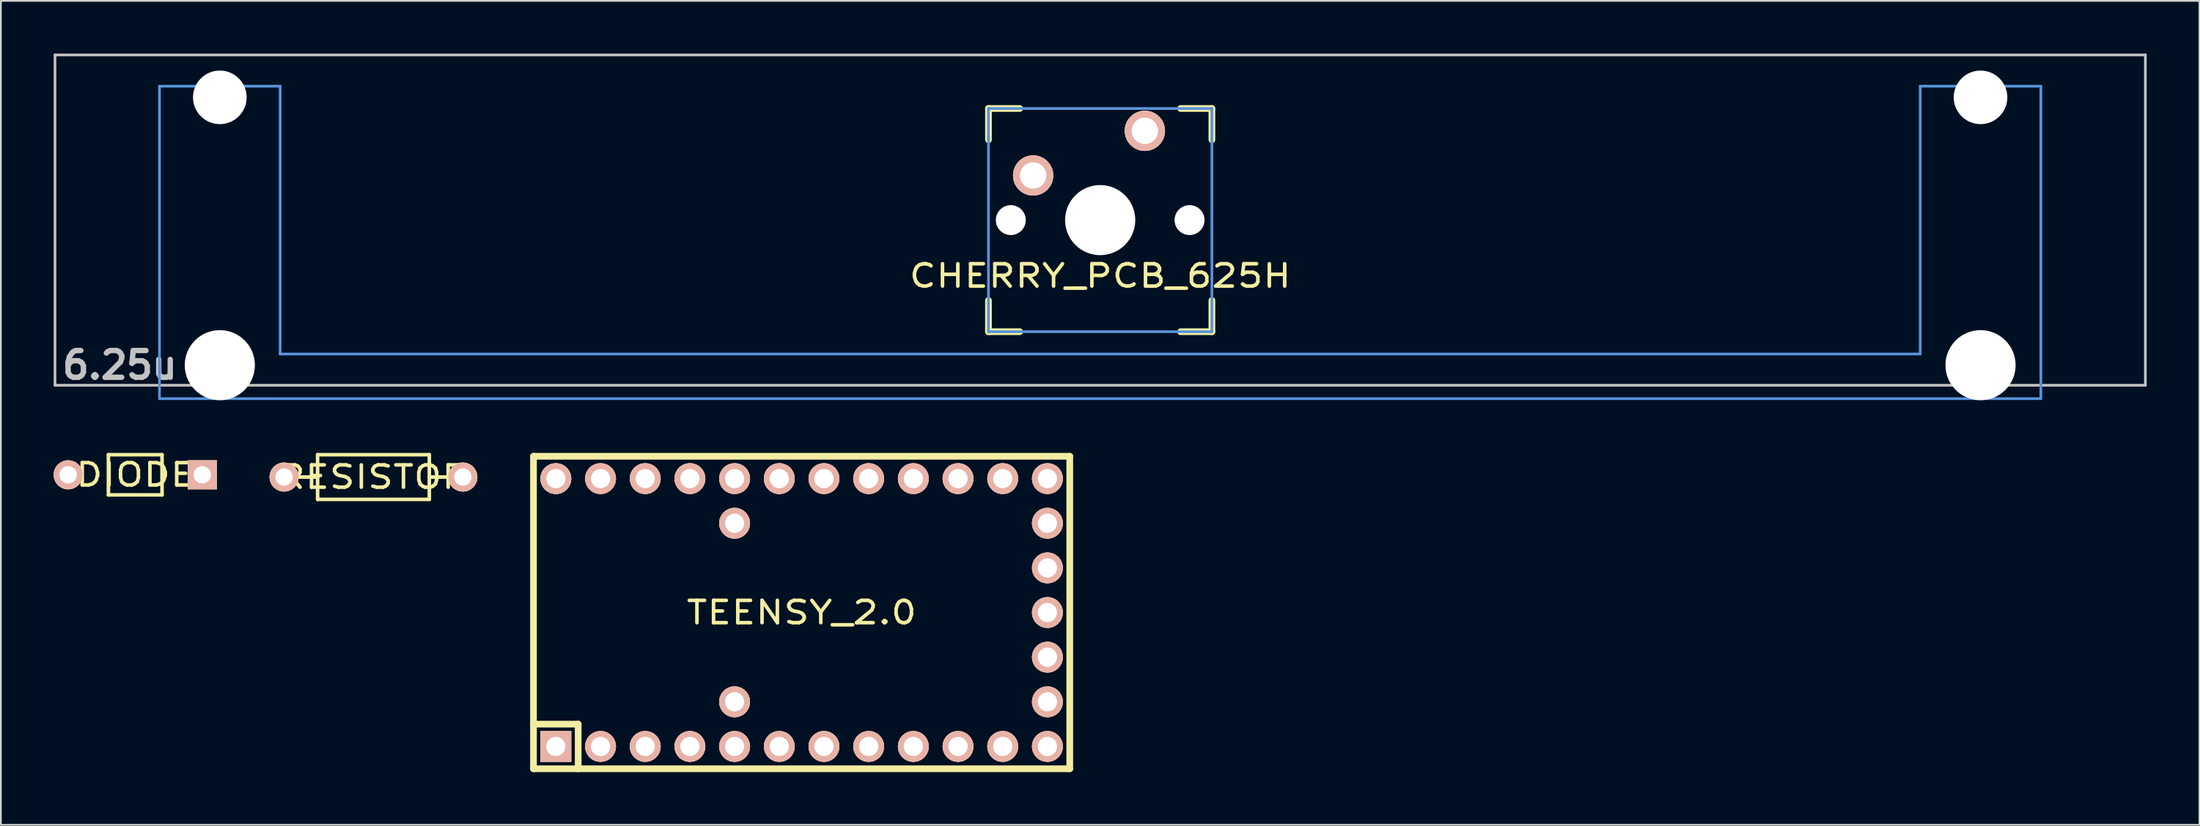
<source format=kicad_pcb>
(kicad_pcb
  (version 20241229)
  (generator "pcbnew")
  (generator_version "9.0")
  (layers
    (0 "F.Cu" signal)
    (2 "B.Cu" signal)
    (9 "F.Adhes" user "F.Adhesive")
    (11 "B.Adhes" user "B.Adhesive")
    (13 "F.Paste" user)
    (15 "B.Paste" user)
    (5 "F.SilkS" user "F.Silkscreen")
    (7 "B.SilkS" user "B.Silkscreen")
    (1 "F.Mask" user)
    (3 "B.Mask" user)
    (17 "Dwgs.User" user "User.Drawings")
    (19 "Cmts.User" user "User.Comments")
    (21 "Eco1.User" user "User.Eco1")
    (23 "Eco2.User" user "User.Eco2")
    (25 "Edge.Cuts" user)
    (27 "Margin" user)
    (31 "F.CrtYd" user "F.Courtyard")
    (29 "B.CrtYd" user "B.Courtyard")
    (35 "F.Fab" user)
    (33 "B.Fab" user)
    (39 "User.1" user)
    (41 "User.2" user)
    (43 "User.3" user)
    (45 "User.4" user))
  (footprint "DIODE"
    (layer "F.Cu")
    (at 4.636 23.968)
    (property "Reference" "DIODE" (at 0 0 0) (layer "F.SilkS") (effects (font (size 1.27 1.524) (thickness 0.203))))
    (attr through_hole)
    (fp_line (start -1.524 -1.143) (end 1.524 -1.143) (stroke (width 0.203) (type solid)) (layer "F.SilkS"))
    (fp_line (start -1.524 1.143) (end -1.524 -1.143) (stroke (width 0.203) (type solid)) (layer "F.SilkS"))
    (fp_line (start 1.524 -1.143) (end 1.524 1.143) (stroke (width 0.203) (type solid)) (layer "F.SilkS"))
    (fp_line (start 1.524 1.143) (end -1.524 1.143) (stroke (width 0.203) (type solid)) (layer "F.SilkS"))
    (pad "1" thru_hole circle (at -3.81 0) (size 1.651 1.651) (drill 0.991) (layers "*.Cu" "*.SilkS" "*.Mask"))
    (pad "2" thru_hole rect (at 3.81 0) (size 1.651 1.651) (drill 0.991) (layers "*.Cu" "*.SilkS" "*.Mask")))
  (footprint "TEENSY_2.0"
    (layer "F.Cu")
    (at 42.513 31.804)
    (property "Reference" "TEENSY_2.0" (at 0 0 0) (layer "F.SilkS") (effects (font (size 1.27 1.524) (thickness 0.203))))
    (attr through_hole)
    (fp_line (start -15.24 -8.89) (end -15.24 8.89) (stroke (width 0.381) (type solid)) (layer "F.SilkS"))
    (fp_line (start -15.24 6.35) (end -12.7 6.35) (stroke (width 0.381) (type solid)) (layer "F.SilkS"))
    (fp_line (start -15.24 8.89) (end 15.24 8.89) (stroke (width 0.381) (type solid)) (layer "F.SilkS"))
    (fp_line (start -12.7 6.35) (end -12.7 8.89) (stroke (width 0.381) (type solid)) (layer "F.SilkS"))
    (fp_line (start 15.24 -8.89) (end -15.24 -8.89) (stroke (width 0.381) (type solid)) (layer "F.SilkS"))
    (fp_line (start 15.24 8.89) (end 15.24 -8.89) (stroke (width 0.381) (type solid)) (layer "F.SilkS"))
    (pad "1" thru_hole rect (at -13.97 7.62) (size 1.753 1.753) (drill 1.092) (layers "*.Cu" "*.SilkS" "*.Mask"))
    (pad "2" thru_hole circle (at -11.43 7.62) (size 1.753 1.753) (drill 1.092) (layers "*.Cu" "*.SilkS" "*.Mask"))
    (pad "3" thru_hole circle (at -8.89 7.62) (size 1.753 1.753) (drill 1.092) (layers "*.Cu" "*.SilkS" "*.Mask"))
    (pad "4" thru_hole circle (at -6.35 7.62) (size 1.753 1.753) (drill 1.092) (layers "*.Cu" "*.SilkS" "*.Mask"))
    (pad "5" thru_hole circle (at -3.81 7.62) (size 1.753 1.753) (drill 1.092) (layers "*.Cu" "*.SilkS" "*.Mask"))
    (pad "6" thru_hole circle (at -1.27 7.62) (size 1.753 1.753) (drill 1.092) (layers "*.Cu" "*.SilkS" "*.Mask"))
    (pad "7" thru_hole circle (at 1.27 7.62) (size 1.753 1.753) (drill 1.092) (layers "*.Cu" "*.SilkS" "*.Mask"))
    (pad "8" thru_hole circle (at 3.81 7.62) (size 1.753 1.753) (drill 1.092) (layers "*.Cu" "*.SilkS" "*.Mask"))
    (pad "9" thru_hole circle (at 6.35 7.62) (size 1.753 1.753) (drill 1.092) (layers "*.Cu" "*.SilkS" "*.Mask"))
    (pad "10" thru_hole circle (at 8.89 7.62) (size 1.753 1.753) (drill 1.092) (layers "*.Cu" "*.SilkS" "*.Mask"))
    (pad "11" thru_hole circle (at 11.43 7.62) (size 1.753 1.753) (drill 1.092) (layers "*.Cu" "*.SilkS" "*.Mask"))
    (pad "12" thru_hole circle (at 13.97 7.62) (size 1.753 1.753) (drill 1.092) (layers "*.Cu" "*.SilkS" "*.Mask"))
    (pad "13" thru_hole circle (at 13.97 5.08 270) (size 1.753 1.753) (drill 1.092) (layers "*.Cu" "*.SilkS" "*.Mask"))
    (pad "14" thru_hole circle (at 13.97 2.54 270) (size 1.753 1.753) (drill 1.092) (layers "*.Cu" "*.SilkS" "*.Mask"))
    (pad "15" thru_hole circle (at 13.97 0 270) (size 1.753 1.753) (drill 1.092) (layers "*.Cu" "*.SilkS" "*.Mask"))
    (pad "16" thru_hole circle (at 13.97 -2.54 270) (size 1.753 1.753) (drill 1.092) (layers "*.Cu" "*.SilkS" "*.Mask"))
    (pad "17" thru_hole circle (at 13.97 -5.08 270) (size 1.753 1.753) (drill 1.092) (layers "*.Cu" "*.SilkS" "*.Mask"))
    (pad "18" thru_hole circle (at 13.97 -7.62) (size 1.753 1.753) (drill 1.092) (layers "*.Cu" "*.SilkS" "*.Mask"))
    (pad "19" thru_hole circle (at 11.43 -7.62) (size 1.753 1.753) (drill 1.092) (layers "*.Cu" "*.SilkS" "*.Mask"))
    (pad "20" thru_hole circle (at 8.89 -7.62) (size 1.753 1.753) (drill 1.092) (layers "*.Cu" "*.SilkS" "*.Mask"))
    (pad "21" thru_hole circle (at 6.35 -7.62) (size 1.753 1.753) (drill 1.092) (layers "*.Cu" "*.SilkS" "*.Mask"))
    (pad "22" thru_hole circle (at 3.81 -7.62) (size 1.753 1.753) (drill 1.092) (layers "*.Cu" "*.SilkS" "*.Mask"))
    (pad "23" thru_hole circle (at 1.27 -7.62) (size 1.753 1.753) (drill 1.092) (layers "*.Cu" "*.SilkS" "*.Mask"))
    (pad "24" thru_hole circle (at -1.27 -7.62) (size 1.753 1.753) (drill 1.092) (layers "*.Cu" "*.SilkS" "*.Mask"))
    (pad "25" thru_hole circle (at -3.81 -7.62) (size 1.753 1.753) (drill 1.092) (layers "*.Cu" "*.SilkS" "*.Mask"))
    (pad "26" thru_hole circle (at -6.35 -7.62) (size 1.753 1.753) (drill 1.092) (layers "*.Cu" "*.SilkS" "*.Mask"))
    (pad "27" thru_hole circle (at -8.89 -7.62) (size 1.753 1.753) (drill 1.092) (layers "*.Cu" "*.SilkS" "*.Mask"))
    (pad "28" thru_hole circle (at -11.43 -7.62) (size 1.753 1.753) (drill 1.092) (layers "*.Cu" "*.SilkS" "*.Mask"))
    (pad "29" thru_hole circle (at -13.97 -7.62) (size 1.753 1.753) (drill 1.092) (layers "*.Cu" "*.SilkS" "*.Mask"))
    (pad "30" thru_hole circle (at -3.81 -5.08 270) (size 1.753 1.753) (drill 1.092) (layers "*.Cu" "*.SilkS" "*.Mask"))
    (pad "31" thru_hole circle (at -3.81 5.08 270) (size 1.753 1.753) (drill 1.092) (layers "*.Cu" "*.SilkS" "*.Mask")))
  (footprint "RESISTOR"
    (layer "F.Cu")
    (at 18.177 24.095)
    (property "Reference" "RESISTOR" (at 0 0 0) (layer "F.SilkS") (effects (font (size 1.27 1.524) (thickness 0.203))))
    (attr through_hole)
    (fp_line (start -5.08 0) (end -3.175 0) (stroke (width 0.203) (type solid)) (layer "F.SilkS"))
    (fp_line (start -3.175 -1.27) (end 3.175 -1.27) (stroke (width 0.203) (type solid)) (layer "F.SilkS"))
    (fp_line (start -3.175 1.27) (end -3.175 -1.27) (stroke (width 0.203) (type solid)) (layer "F.SilkS"))
    (fp_line (start 3.175 -1.27) (end 3.175 1.27) (stroke (width 0.203) (type solid)) (layer "F.SilkS"))
    (fp_line (start 3.175 1.27) (end -3.175 1.27) (stroke (width 0.203) (type solid)) (layer "F.SilkS"))
    (fp_line (start 5.08 0) (end 3.175 0) (stroke (width 0.203) (type solid)) (layer "F.SilkS"))
    (pad "1" thru_hole circle (at -5.08 0) (size 1.651 1.651) (drill 0.991) (layers "*.Cu" "*.SilkS" "*.Mask"))
    (pad "2" thru_hole circle (at 5.08 0) (size 1.651 1.651) (drill 0.991) (layers "*.Cu" "*.SilkS" "*.Mask")))
  (footprint "CHERRY_PCB_625H"
    (layer "F.Cu")
    (at 59.482 9.474)
    (property "Reference" "CHERRY_PCB_625H" (at 0 3.175 0) (layer "F.SilkS") (effects (font (size 1.27 1.524) (thickness 0.203))))
    (attr through_hole)
    (fp_line (start -6.35 -6.35) (end -4.572 -6.35) (stroke (width 0.381) (type solid)) (layer "F.SilkS"))
    (fp_line (start -6.35 -4.572) (end -6.35 -6.35) (stroke (width 0.381) (type solid)) (layer "F.SilkS"))
    (fp_line (start -6.35 6.35) (end -6.35 4.572) (stroke (width 0.381) (type solid)) (layer "F.SilkS"))
    (fp_line (start -4.572 6.35) (end -6.35 6.35) (stroke (width 0.381) (type solid)) (layer "F.SilkS"))
    (fp_line (start 4.572 -6.35) (end 6.35 -6.35) (stroke (width 0.381) (type solid)) (layer "F.SilkS"))
    (fp_line (start 6.35 -6.35) (end 6.35 -4.572) (stroke (width 0.381) (type solid)) (layer "F.SilkS"))
    (fp_line (start 6.35 4.572) (end 6.35 6.35) (stroke (width 0.381) (type solid)) (layer "F.SilkS"))
    (fp_line (start 6.35 6.35) (end 4.572 6.35) (stroke (width 0.381) (type solid)) (layer "F.SilkS"))
    (fp_line (start -59.406 -9.398) (end 59.406 -9.398) (stroke (width 0.152) (type solid)) (layer "Dwgs.User"))
    (fp_line (start -59.406 9.398) (end -59.406 -9.398) (stroke (width 0.152) (type solid)) (layer "Dwgs.User"))
    (fp_line (start 59.406 -9.398) (end 59.406 9.398) (stroke (width 0.152) (type solid)) (layer "Dwgs.User"))
    (fp_line (start 59.406 9.398) (end -59.406 9.398) (stroke (width 0.152) (type solid)) (layer "Dwgs.User"))
    (fp_line (start -53.467 -7.62) (end -53.467 10.16) (stroke (width 0.152) (type solid)) (layer "Cmts.User"))
    (fp_line (start -53.467 10.16) (end 53.467 10.16) (stroke (width 0.152) (type solid)) (layer "Cmts.User"))
    (fp_line (start -46.609 -7.62) (end -53.467 -7.62) (stroke (width 0.152) (type solid)) (layer "Cmts.User"))
    (fp_line (start -46.609 7.62) (end -46.609 -7.62) (stroke (width 0.152) (type solid)) (layer "Cmts.User"))
    (fp_line (start -6.35 -6.35) (end 6.35 -6.35) (stroke (width 0.152) (type solid)) (layer "Cmts.User"))
    (fp_line (start -6.35 6.35) (end -6.35 -6.35) (stroke (width 0.152) (type solid)) (layer "Cmts.User"))
    (fp_line (start 6.35 -6.35) (end 6.35 6.35) (stroke (width 0.152) (type solid)) (layer "Cmts.User"))
    (fp_line (start 6.35 6.35) (end -6.35 6.35) (stroke (width 0.152) (type solid)) (layer "Cmts.User"))
    (fp_line (start 46.609 -7.62) (end 46.609 7.62) (stroke (width 0.152) (type solid)) (layer "Cmts.User"))
    (fp_line (start 46.609 7.62) (end -46.609 7.62) (stroke (width 0.152) (type solid)) (layer "Cmts.User"))
    (fp_line (start 53.467 -7.62) (end 46.609 -7.62) (stroke (width 0.152) (type solid)) (layer "Cmts.User"))
    (fp_line (start 53.467 10.16) (end 53.467 -7.62) (stroke (width 0.152) (type solid)) (layer "Cmts.User"))
    (fp_line (start -54.229 -2.286) (end -53.365 -2.286) (stroke (width 0.152) (type solid)) (layer "Eco2.User"))
    (fp_line (start -54.229 0.508) (end -54.229 -2.286) (stroke (width 0.152) (type solid)) (layer "Eco2.User"))
    (fp_line (start -53.365 -5.69) (end -46.711 -5.69) (stroke (width 0.152) (type solid)) (layer "Eco2.User"))
    (fp_line (start -53.365 -2.286) (end -53.365 -5.69) (stroke (width 0.152) (type solid)) (layer "Eco2.User"))
    (fp_line (start -53.365 0.508) (end -54.229 0.508) (stroke (width 0.152) (type solid)) (layer "Eco2.User"))
    (fp_line (start -53.365 6.604) (end -53.365 0.508) (stroke (width 0.152) (type solid)) (layer "Eco2.User"))
    (fp_line (start -52.324 6.604) (end -53.365 6.604) (stroke (width 0.152) (type solid)) (layer "Eco2.User"))
    (fp_line (start -52.324 7.772) (end -52.324 6.604) (stroke (width 0.152) (type solid)) (layer "Eco2.User"))
    (fp_line (start -47.752 6.604) (end -47.752 7.772) (stroke (width 0.152) (type solid)) (layer "Eco2.User"))
    (fp_line (start -47.752 7.772) (end -52.324 7.772) (stroke (width 0.152) (type solid)) (layer "Eco2.User"))
    (fp_line (start -46.711 -5.69) (end -46.711 -2.286) (stroke (width 0.152) (type solid)) (layer "Eco2.User"))
    (fp_line (start -46.711 -2.286) (end -6.985 -2.286) (stroke (width 0.152) (type solid)) (layer "Eco2.User"))
    (fp_line (start -46.711 2.286) (end -46.711 6.604) (stroke (width 0.152) (type solid)) (layer "Eco2.User"))
    (fp_line (start -46.711 6.604) (end -47.752 6.604) (stroke (width 0.152) (type solid)) (layer "Eco2.User"))
    (fp_line (start -6.985 -6.985) (end 6.985 -6.985) (stroke (width 0.152) (type solid)) (layer "Eco2.User"))
    (fp_line (start -6.985 -2.286) (end -6.985 -6.985) (stroke (width 0.152) (type solid)) (layer "Eco2.User"))
    (fp_line (start -6.985 2.286) (end -46.711 2.286) (stroke (width 0.152) (type solid)) (layer "Eco2.User"))
    (fp_line (start -6.985 6.985) (end -6.985 2.286) (stroke (width 0.152) (type solid)) (layer "Eco2.User"))
    (fp_line (start 6.985 -6.985) (end 6.985 -2.286) (stroke (width 0.152) (type solid)) (layer "Eco2.User"))
    (fp_line (start 6.985 -2.286) (end 46.711 -2.286) (stroke (width 0.152) (type solid)) (layer "Eco2.User"))
    (fp_line (start 6.985 2.286) (end 6.985 6.985) (stroke (width 0.152) (type solid)) (layer "Eco2.User"))
    (fp_line (start 6.985 6.985) (end -6.985 6.985) (stroke (width 0.152) (type solid)) (layer "Eco2.User"))
    (fp_line (start 46.711 -5.69) (end 53.365 -5.69) (stroke (width 0.152) (type solid)) (layer "Eco2.User"))
    (fp_line (start 46.711 -2.286) (end 46.711 -5.69) (stroke (width 0.152) (type solid)) (layer "Eco2.User"))
    (fp_line (start 46.711 2.286) (end 6.985 2.286) (stroke (width 0.152) (type solid)) (layer "Eco2.User"))
    (fp_line (start 46.711 6.604) (end 46.711 2.286) (stroke (width 0.152) (type solid)) (layer "Eco2.User"))
    (fp_line (start 47.752 6.604) (end 46.711 6.604) (stroke (width 0.152) (type solid)) (layer "Eco2.User"))
    (fp_line (start 47.752 7.772) (end 47.752 6.604) (stroke (width 0.152) (type solid)) (layer "Eco2.User"))
    (fp_line (start 52.324 6.604) (end 52.324 7.772) (stroke (width 0.152) (type solid)) (layer "Eco2.User"))
    (fp_line (start 52.324 7.772) (end 47.752 7.772) (stroke (width 0.152) (type solid)) (layer "Eco2.User"))
    (fp_line (start 53.365 -5.69) (end 53.365 -2.286) (stroke (width 0.152) (type solid)) (layer "Eco2.User"))
    (fp_line (start 53.365 -2.286) (end 54.229 -2.286) (stroke (width 0.152) (type solid)) (layer "Eco2.User"))
    (fp_line (start 53.365 0.508) (end 53.365 6.604) (stroke (width 0.152) (type solid)) (layer "Eco2.User"))
    (fp_line (start 53.365 6.604) (end 52.324 6.604) (stroke (width 0.152) (type solid)) (layer "Eco2.User"))
    (fp_line (start 54.229 -2.286) (end 54.229 0.508) (stroke (width 0.152) (type solid)) (layer "Eco2.User"))
    (fp_line (start 54.229 0.508) (end 53.365 0.508) (stroke (width 0.152) (type solid)) (layer "Eco2.User"))
    (fp_text user "6.25u" (at -55.723 8.255 0) (layer "Dwgs.User") (effects (font (size 1.524 1.524) (thickness 0.305))))
    (pad "" np_thru_hole circle (at -50.038 -6.985) (size 3.048 3.048) (drill 3.048) (layers "*.Cu"))
    (pad "" np_thru_hole circle (at -50.038 8.255) (size 3.988 3.988) (drill 3.988) (layers "*.Cu"))
    (pad "" np_thru_hole circle (at -5.08 0) (size 1.702 1.702) (drill 1.702) (layers "*.Cu"))
    (pad "" np_thru_hole circle (at 0 0) (size 3.988 3.988) (drill 3.988) (layers "*.Cu"))
    (pad "" np_thru_hole circle (at 5.08 0) (size 1.702 1.702) (drill 1.702) (layers "*.Cu"))
    (pad "" np_thru_hole circle (at 50.038 -6.985) (size 3.048 3.048) (drill 3.048) (layers "*.Cu"))
    (pad "" np_thru_hole circle (at 50.038 8.255) (size 3.988 3.988) (drill 3.988) (layers "*.Cu"))
    (pad "1" thru_hole circle (at 2.54 -5.08) (size 2.286 2.286) (drill 1.499) (layers "*.Cu" "*.SilkS" "*.Mask"))
    (pad "2" thru_hole circle (at -3.81 -2.54) (size 2.286 2.286) (drill 1.499) (layers "*.Cu" "*.SilkS" "*.Mask")))
  (gr_rect
    (start -3 -3)
    (end 121.963 43.884)
    (stroke (width 0.1) (type default))
    (fill no)
    (layer "Edge.Cuts")))
</source>
